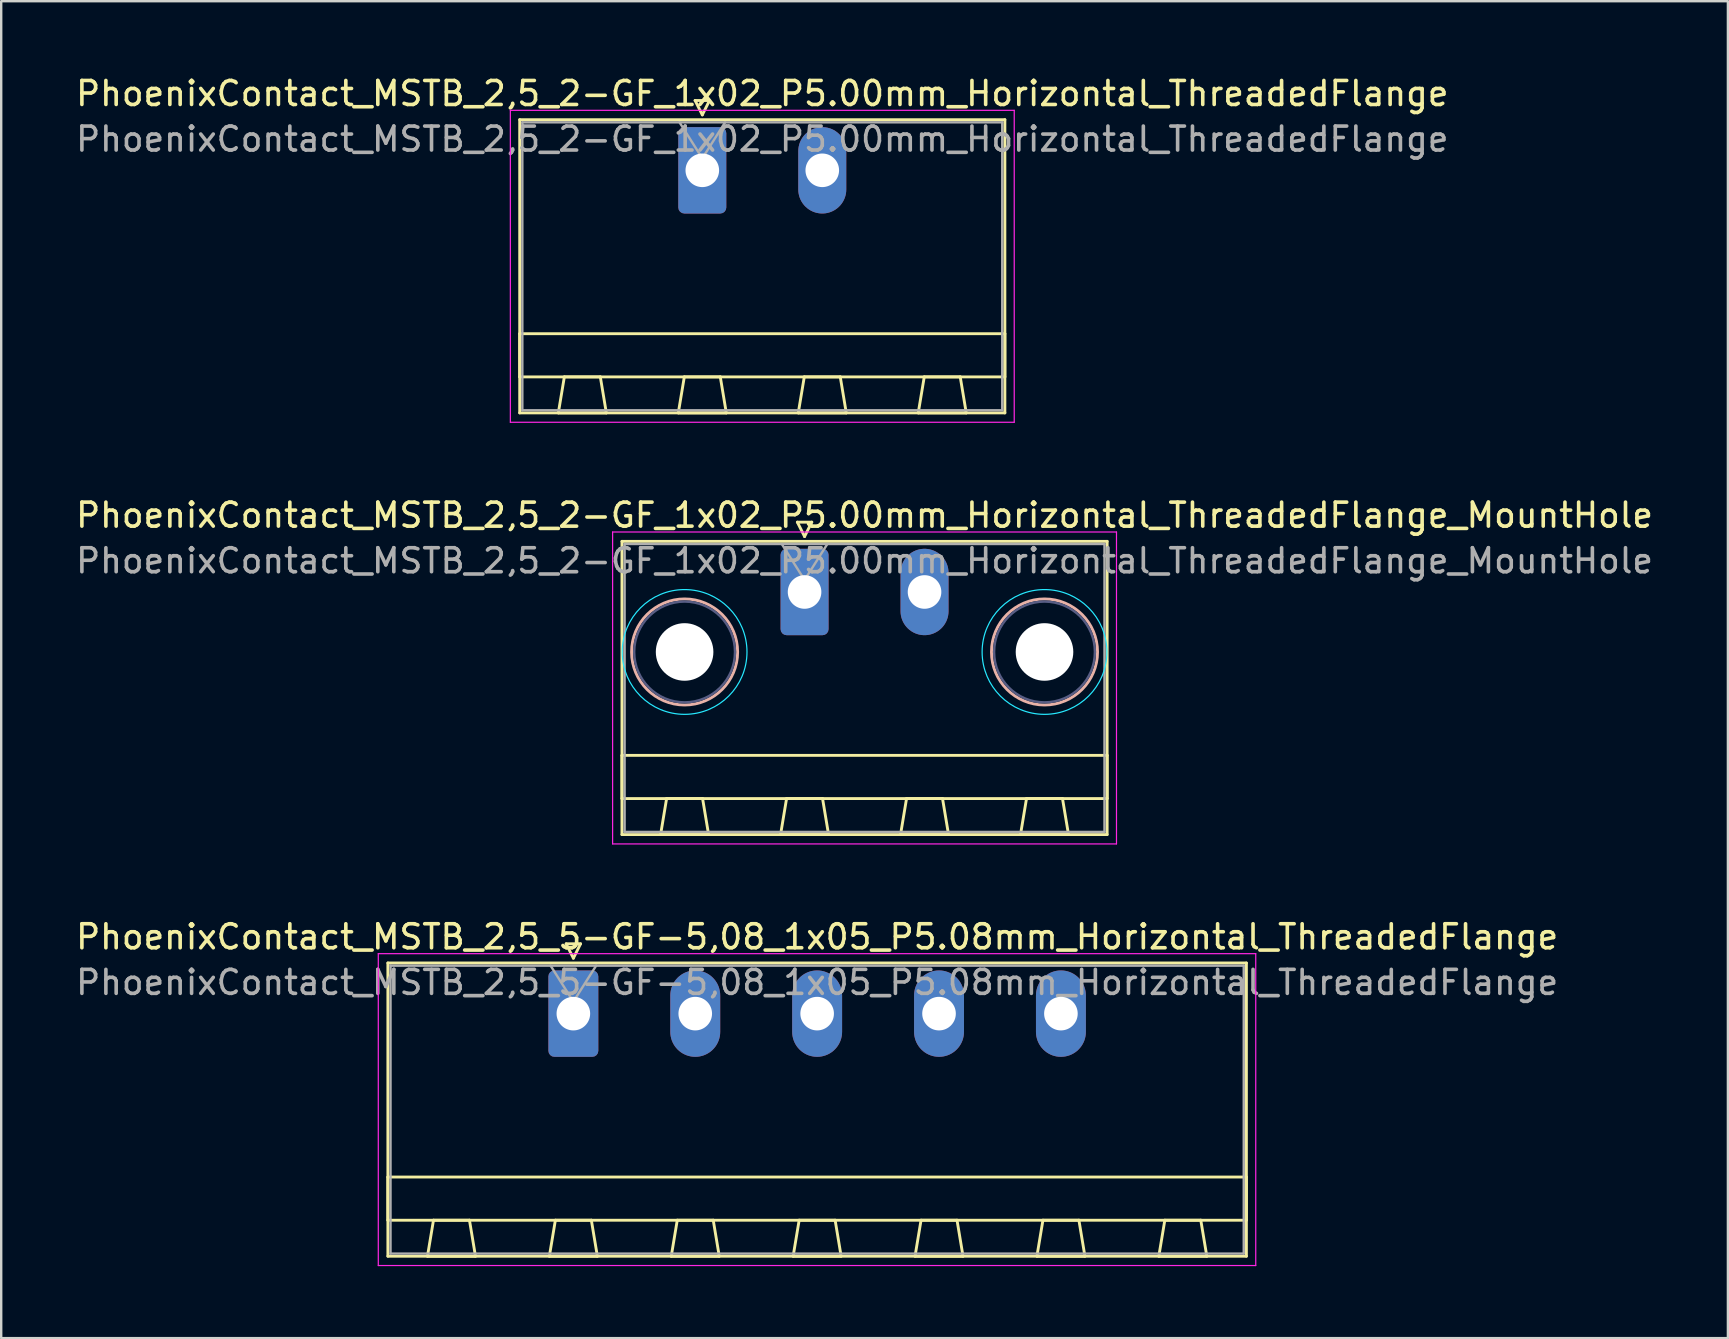
<source format=kicad_pcb>
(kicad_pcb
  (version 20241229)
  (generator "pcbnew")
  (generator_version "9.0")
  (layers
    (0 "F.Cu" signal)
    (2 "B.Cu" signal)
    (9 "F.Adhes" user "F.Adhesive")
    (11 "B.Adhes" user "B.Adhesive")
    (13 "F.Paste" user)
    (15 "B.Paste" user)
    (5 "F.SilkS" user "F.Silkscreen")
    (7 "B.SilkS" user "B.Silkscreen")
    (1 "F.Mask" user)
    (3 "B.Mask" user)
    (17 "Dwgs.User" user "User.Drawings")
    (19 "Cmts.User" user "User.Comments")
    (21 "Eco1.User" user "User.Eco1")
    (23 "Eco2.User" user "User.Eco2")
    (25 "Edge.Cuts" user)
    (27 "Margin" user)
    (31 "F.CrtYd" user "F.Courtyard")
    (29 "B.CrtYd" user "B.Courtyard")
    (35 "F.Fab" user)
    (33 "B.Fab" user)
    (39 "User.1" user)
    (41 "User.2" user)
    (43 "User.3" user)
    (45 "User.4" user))
  (footprint "PhoenixContact_MSTB_2,5_2-GF_1x02_P5.00mm_Horizontal_ThreadedFlange_MountHole"
    (layer "F.Cu")
    (at 30.482 21.622)
    (property "Reference" "PhoenixContact_MSTB_2,5_2-GF_1x02_P5.00mm_Horizontal_ThreadedFlange_MountHole" (at 2.5 -3.2 0) (layer "F.SilkS") (effects (font (size 1 1) (thickness 0.15))))
    (attr through_hole)
    (fp_line (start -7.61 -2.11) (end -7.61 10.11) (stroke (width 0.12) (type solid)) (layer "F.SilkS"))
    (fp_line (start -7.61 6.81) (end 12.61 6.81) (stroke (width 0.12) (type solid)) (layer "F.SilkS"))
    (fp_line (start -7.61 8.61) (end -7.61 6.81) (stroke (width 0.12) (type solid)) (layer "F.SilkS"))
    (fp_line (start -7.61 10.11) (end 12.61 10.11) (stroke (width 0.12) (type solid)) (layer "F.SilkS"))
    (fp_line (start -6 10.11) (end -4 10.11) (stroke (width 0.12) (type solid)) (layer "F.SilkS"))
    (fp_line (start -5.75 8.61) (end -6 10.11) (stroke (width 0.12) (type solid)) (layer "F.SilkS"))
    (fp_line (start -4.25 8.61) (end -5.75 8.61) (stroke (width 0.12) (type solid)) (layer "F.SilkS"))
    (fp_line (start -4 10.11) (end -4.25 8.61) (stroke (width 0.12) (type solid)) (layer "F.SilkS"))
    (fp_line (start -1 10.11) (end 1 10.11) (stroke (width 0.12) (type solid)) (layer "F.SilkS"))
    (fp_line (start -0.75 8.61) (end -1 10.11) (stroke (width 0.12) (type solid)) (layer "F.SilkS"))
    (fp_line (start -0.3 -2.91) (end 0.3 -2.91) (stroke (width 0.12) (type solid)) (layer "F.SilkS"))
    (fp_line (start 0 -2.31) (end -0.3 -2.91) (stroke (width 0.12) (type solid)) (layer "F.SilkS"))
    (fp_line (start 0.3 -2.91) (end 0 -2.31) (stroke (width 0.12) (type solid)) (layer "F.SilkS"))
    (fp_line (start 0.75 8.61) (end -0.75 8.61) (stroke (width 0.12) (type solid)) (layer "F.SilkS"))
    (fp_line (start 1 10.11) (end 0.75 8.61) (stroke (width 0.12) (type solid)) (layer "F.SilkS"))
    (fp_line (start 4 10.11) (end 6 10.11) (stroke (width 0.12) (type solid)) (layer "F.SilkS"))
    (fp_line (start 4.25 8.61) (end 4 10.11) (stroke (width 0.12) (type solid)) (layer "F.SilkS"))
    (fp_line (start 5.75 8.61) (end 4.25 8.61) (stroke (width 0.12) (type solid)) (layer "F.SilkS"))
    (fp_line (start 6 10.11) (end 5.75 8.61) (stroke (width 0.12) (type solid)) (layer "F.SilkS"))
    (fp_line (start 9 10.11) (end 11 10.11) (stroke (width 0.12) (type solid)) (layer "F.SilkS"))
    (fp_line (start 9.25 8.61) (end 9 10.11) (stroke (width 0.12) (type solid)) (layer "F.SilkS"))
    (fp_line (start 10.75 8.61) (end 9.25 8.61) (stroke (width 0.12) (type solid)) (layer "F.SilkS"))
    (fp_line (start 11 10.11) (end 10.75 8.61) (stroke (width 0.12) (type solid)) (layer "F.SilkS"))
    (fp_line (start 12.61 -2.11) (end -7.61 -2.11) (stroke (width 0.12) (type solid)) (layer "F.SilkS"))
    (fp_line (start 12.61 6.81) (end 12.61 8.61) (stroke (width 0.12) (type solid)) (layer "F.SilkS"))
    (fp_line (start 12.61 8.61) (end -7.61 8.61) (stroke (width 0.12) (type solid)) (layer "F.SilkS"))
    (fp_line (start 12.61 10.11) (end 12.61 -2.11) (stroke (width 0.12) (type solid)) (layer "F.SilkS"))
    (fp_circle (center -5 2.5) (end -2.79 2.5) (stroke (width 0.12) (type solid)) (fill no) (layer "B.SilkS"))
    (fp_circle (center 10 2.5) (end 12.21 2.5) (stroke (width 0.12) (type solid)) (fill no) (layer "B.SilkS"))
    (fp_circle (center -5 2.5) (end -2.4 2.5) (stroke (width 0.05) (type solid)) (fill no) (layer "B.CrtYd"))
    (fp_circle (center 10 2.5) (end 12.6 2.5) (stroke (width 0.05) (type solid)) (fill no) (layer "B.CrtYd"))
    (fp_line (start -8 -2.5) (end -8 10.5) (stroke (width 0.05) (type solid)) (layer "F.CrtYd"))
    (fp_line (start -8 10.5) (end 13 10.5) (stroke (width 0.05) (type solid)) (layer "F.CrtYd"))
    (fp_line (start 13 -2.5) (end -8 -2.5) (stroke (width 0.05) (type solid)) (layer "F.CrtYd"))
    (fp_line (start 13 10.5) (end 13 -2.5) (stroke (width 0.05) (type solid)) (layer "F.CrtYd"))
    (fp_circle (center -5 2.5) (end -2.9 2.5) (stroke (width 0.1) (type solid)) (fill no) (layer "B.Fab"))
    (fp_circle (center 10 2.5) (end 12.1 2.5) (stroke (width 0.1) (type solid)) (fill no) (layer "B.Fab"))
    (fp_line (start -7.5 -2) (end -7.5 10) (stroke (width 0.1) (type solid)) (layer "F.Fab"))
    (fp_line (start -7.5 10) (end 12.5 10) (stroke (width 0.1) (type solid)) (layer "F.Fab"))
    (fp_line (start 0 -0.5) (end -0.95 -2) (stroke (width 0.1) (type solid)) (layer "F.Fab"))
    (fp_line (start 0.95 -2) (end 0 -0.5) (stroke (width 0.1) (type solid)) (layer "F.Fab"))
    (fp_line (start 12.5 -2) (end -7.5 -2) (stroke (width 0.1) (type solid)) (layer "F.Fab"))
    (fp_line (start 12.5 10) (end 12.5 -2) (stroke (width 0.1) (type solid)) (layer "F.Fab"))
    (fp_text user "${REFERENCE}" (at 2.5 -1.3 0) (layer "F.Fab") (effects (font (size 1 1) (thickness 0.15))))
    (pad "" np_thru_hole circle (at -5 2.5) (size 2.4 2.4) (drill 2.4) (layers "*.Cu" "*.Mask"))
    (pad "" np_thru_hole circle (at 10 2.5) (size 2.4 2.4) (drill 2.4) (layers "*.Cu" "*.Mask"))
    (pad "1" thru_hole roundrect (at 0 0) (size 2 3.6) (drill 1.4) (layers "*.Cu" "*.Mask") (roundrect_rratio 0.125))
    (pad "2" thru_hole oval (at 5 0) (size 2 3.6) (drill 1.4) (layers "*.Cu" "*.Mask")))
  (footprint "PhoenixContact_MSTB_2,5_2-GF_1x02_P5.00mm_Horizontal_ThreadedFlange"
    (layer "F.Cu")
    (at 26.22 4.048)
    (property "Reference" "PhoenixContact_MSTB_2,5_2-GF_1x02_P5.00mm_Horizontal_ThreadedFlange" (at 2.5 -3.2 0) (layer "F.SilkS") (effects (font (size 1 1) (thickness 0.15))))
    (attr through_hole)
    (fp_line (start -7.61 -2.11) (end -7.61 10.11) (stroke (width 0.12) (type solid)) (layer "F.SilkS"))
    (fp_line (start -7.61 6.81) (end 12.61 6.81) (stroke (width 0.12) (type solid)) (layer "F.SilkS"))
    (fp_line (start -7.61 8.61) (end -7.61 6.81) (stroke (width 0.12) (type solid)) (layer "F.SilkS"))
    (fp_line (start -7.61 10.11) (end 12.61 10.11) (stroke (width 0.12) (type solid)) (layer "F.SilkS"))
    (fp_line (start -6 10.11) (end -4 10.11) (stroke (width 0.12) (type solid)) (layer "F.SilkS"))
    (fp_line (start -5.75 8.61) (end -6 10.11) (stroke (width 0.12) (type solid)) (layer "F.SilkS"))
    (fp_line (start -4.25 8.61) (end -5.75 8.61) (stroke (width 0.12) (type solid)) (layer "F.SilkS"))
    (fp_line (start -4 10.11) (end -4.25 8.61) (stroke (width 0.12) (type solid)) (layer "F.SilkS"))
    (fp_line (start -1 10.11) (end 1 10.11) (stroke (width 0.12) (type solid)) (layer "F.SilkS"))
    (fp_line (start -0.75 8.61) (end -1 10.11) (stroke (width 0.12) (type solid)) (layer "F.SilkS"))
    (fp_line (start -0.3 -2.91) (end 0.3 -2.91) (stroke (width 0.12) (type solid)) (layer "F.SilkS"))
    (fp_line (start 0 -2.31) (end -0.3 -2.91) (stroke (width 0.12) (type solid)) (layer "F.SilkS"))
    (fp_line (start 0.3 -2.91) (end 0 -2.31) (stroke (width 0.12) (type solid)) (layer "F.SilkS"))
    (fp_line (start 0.75 8.61) (end -0.75 8.61) (stroke (width 0.12) (type solid)) (layer "F.SilkS"))
    (fp_line (start 1 10.11) (end 0.75 8.61) (stroke (width 0.12) (type solid)) (layer "F.SilkS"))
    (fp_line (start 4 10.11) (end 6 10.11) (stroke (width 0.12) (type solid)) (layer "F.SilkS"))
    (fp_line (start 4.25 8.61) (end 4 10.11) (stroke (width 0.12) (type solid)) (layer "F.SilkS"))
    (fp_line (start 5.75 8.61) (end 4.25 8.61) (stroke (width 0.12) (type solid)) (layer "F.SilkS"))
    (fp_line (start 6 10.11) (end 5.75 8.61) (stroke (width 0.12) (type solid)) (layer "F.SilkS"))
    (fp_line (start 9 10.11) (end 11 10.11) (stroke (width 0.12) (type solid)) (layer "F.SilkS"))
    (fp_line (start 9.25 8.61) (end 9 10.11) (stroke (width 0.12) (type solid)) (layer "F.SilkS"))
    (fp_line (start 10.75 8.61) (end 9.25 8.61) (stroke (width 0.12) (type solid)) (layer "F.SilkS"))
    (fp_line (start 11 10.11) (end 10.75 8.61) (stroke (width 0.12) (type solid)) (layer "F.SilkS"))
    (fp_line (start 12.61 -2.11) (end -7.61 -2.11) (stroke (width 0.12) (type solid)) (layer "F.SilkS"))
    (fp_line (start 12.61 6.81) (end 12.61 8.61) (stroke (width 0.12) (type solid)) (layer "F.SilkS"))
    (fp_line (start 12.61 8.61) (end -7.61 8.61) (stroke (width 0.12) (type solid)) (layer "F.SilkS"))
    (fp_line (start 12.61 10.11) (end 12.61 -2.11) (stroke (width 0.12) (type solid)) (layer "F.SilkS"))
    (fp_line (start -8 -2.5) (end -8 10.5) (stroke (width 0.05) (type solid)) (layer "F.CrtYd"))
    (fp_line (start -8 10.5) (end 13 10.5) (stroke (width 0.05) (type solid)) (layer "F.CrtYd"))
    (fp_line (start 13 -2.5) (end -8 -2.5) (stroke (width 0.05) (type solid)) (layer "F.CrtYd"))
    (fp_line (start 13 10.5) (end 13 -2.5) (stroke (width 0.05) (type solid)) (layer "F.CrtYd"))
    (fp_line (start -7.5 -2) (end -7.5 10) (stroke (width 0.1) (type solid)) (layer "F.Fab"))
    (fp_line (start -7.5 10) (end 12.5 10) (stroke (width 0.1) (type solid)) (layer "F.Fab"))
    (fp_line (start 0 -0.5) (end -0.95 -2) (stroke (width 0.1) (type solid)) (layer "F.Fab"))
    (fp_line (start 0.95 -2) (end 0 -0.5) (stroke (width 0.1) (type solid)) (layer "F.Fab"))
    (fp_line (start 12.5 -2) (end -7.5 -2) (stroke (width 0.1) (type solid)) (layer "F.Fab"))
    (fp_line (start 12.5 10) (end 12.5 -2) (stroke (width 0.1) (type solid)) (layer "F.Fab"))
    (fp_text user "${REFERENCE}" (at 2.5 -1.3 0) (layer "F.Fab") (effects (font (size 1 1) (thickness 0.15))))
    (pad "1" thru_hole roundrect (at 0 0) (size 2 3.6) (drill 1.4) (layers "*.Cu" "*.Mask") (roundrect_rratio 0.125))
    (pad "2" thru_hole oval (at 5 0) (size 2 3.6) (drill 1.4) (layers "*.Cu" "*.Mask")))
  (footprint "PhoenixContact_MSTB_2,5_5-GF-5,08_1x05_P5.08mm_Horizontal_ThreadedFlange"
    (layer "F.Cu")
    (at 20.846 39.195)
    (property "Reference" "PhoenixContact_MSTB_2,5_5-GF-5,08_1x05_P5.08mm_Horizontal_ThreadedFlange" (at 10.16 -3.2 0) (layer "F.SilkS") (effects (font (size 1 1) (thickness 0.15))))
    (attr through_hole)
    (fp_line (start -7.73 -2.11) (end -7.73 10.11) (stroke (width 0.12) (type solid)) (layer "F.SilkS"))
    (fp_line (start -7.73 6.81) (end 28.05 6.81) (stroke (width 0.12) (type solid)) (layer "F.SilkS"))
    (fp_line (start -7.73 8.61) (end -7.73 6.81) (stroke (width 0.12) (type solid)) (layer "F.SilkS"))
    (fp_line (start -7.73 10.11) (end 28.05 10.11) (stroke (width 0.12) (type solid)) (layer "F.SilkS"))
    (fp_line (start -6.08 10.11) (end -4.08 10.11) (stroke (width 0.12) (type solid)) (layer "F.SilkS"))
    (fp_line (start -5.83 8.61) (end -6.08 10.11) (stroke (width 0.12) (type solid)) (layer "F.SilkS"))
    (fp_line (start -4.33 8.61) (end -5.83 8.61) (stroke (width 0.12) (type solid)) (layer "F.SilkS"))
    (fp_line (start -4.08 10.11) (end -4.33 8.61) (stroke (width 0.12) (type solid)) (layer "F.SilkS"))
    (fp_line (start -1 10.11) (end 1 10.11) (stroke (width 0.12) (type solid)) (layer "F.SilkS"))
    (fp_line (start -0.75 8.61) (end -1 10.11) (stroke (width 0.12) (type solid)) (layer "F.SilkS"))
    (fp_line (start -0.3 -2.91) (end 0.3 -2.91) (stroke (width 0.12) (type solid)) (layer "F.SilkS"))
    (fp_line (start 0 -2.31) (end -0.3 -2.91) (stroke (width 0.12) (type solid)) (layer "F.SilkS"))
    (fp_line (start 0.3 -2.91) (end 0 -2.31) (stroke (width 0.12) (type solid)) (layer "F.SilkS"))
    (fp_line (start 0.75 8.61) (end -0.75 8.61) (stroke (width 0.12) (type solid)) (layer "F.SilkS"))
    (fp_line (start 1 10.11) (end 0.75 8.61) (stroke (width 0.12) (type solid)) (layer "F.SilkS"))
    (fp_line (start 4.08 10.11) (end 6.08 10.11) (stroke (width 0.12) (type solid)) (layer "F.SilkS"))
    (fp_line (start 4.33 8.61) (end 4.08 10.11) (stroke (width 0.12) (type solid)) (layer "F.SilkS"))
    (fp_line (start 5.83 8.61) (end 4.33 8.61) (stroke (width 0.12) (type solid)) (layer "F.SilkS"))
    (fp_line (start 6.08 10.11) (end 5.83 8.61) (stroke (width 0.12) (type solid)) (layer "F.SilkS"))
    (fp_line (start 9.16 10.11) (end 11.16 10.11) (stroke (width 0.12) (type solid)) (layer "F.SilkS"))
    (fp_line (start 9.41 8.61) (end 9.16 10.11) (stroke (width 0.12) (type solid)) (layer "F.SilkS"))
    (fp_line (start 10.91 8.61) (end 9.41 8.61) (stroke (width 0.12) (type solid)) (layer "F.SilkS"))
    (fp_line (start 11.16 10.11) (end 10.91 8.61) (stroke (width 0.12) (type solid)) (layer "F.SilkS"))
    (fp_line (start 14.24 10.11) (end 16.24 10.11) (stroke (width 0.12) (type solid)) (layer "F.SilkS"))
    (fp_line (start 14.49 8.61) (end 14.24 10.11) (stroke (width 0.12) (type solid)) (layer "F.SilkS"))
    (fp_line (start 15.99 8.61) (end 14.49 8.61) (stroke (width 0.12) (type solid)) (layer "F.SilkS"))
    (fp_line (start 16.24 10.11) (end 15.99 8.61) (stroke (width 0.12) (type solid)) (layer "F.SilkS"))
    (fp_line (start 19.32 10.11) (end 21.32 10.11) (stroke (width 0.12) (type solid)) (layer "F.SilkS"))
    (fp_line (start 19.57 8.61) (end 19.32 10.11) (stroke (width 0.12) (type solid)) (layer "F.SilkS"))
    (fp_line (start 21.07 8.61) (end 19.57 8.61) (stroke (width 0.12) (type solid)) (layer "F.SilkS"))
    (fp_line (start 21.32 10.11) (end 21.07 8.61) (stroke (width 0.12) (type solid)) (layer "F.SilkS"))
    (fp_line (start 24.4 10.11) (end 26.4 10.11) (stroke (width 0.12) (type solid)) (layer "F.SilkS"))
    (fp_line (start 24.65 8.61) (end 24.4 10.11) (stroke (width 0.12) (type solid)) (layer "F.SilkS"))
    (fp_line (start 26.15 8.61) (end 24.65 8.61) (stroke (width 0.12) (type solid)) (layer "F.SilkS"))
    (fp_line (start 26.4 10.11) (end 26.15 8.61) (stroke (width 0.12) (type solid)) (layer "F.SilkS"))
    (fp_line (start 28.05 -2.11) (end -7.73 -2.11) (stroke (width 0.12) (type solid)) (layer "F.SilkS"))
    (fp_line (start 28.05 6.81) (end 28.05 8.61) (stroke (width 0.12) (type solid)) (layer "F.SilkS"))
    (fp_line (start 28.05 8.61) (end -7.73 8.61) (stroke (width 0.12) (type solid)) (layer "F.SilkS"))
    (fp_line (start 28.05 10.11) (end 28.05 -2.11) (stroke (width 0.12) (type solid)) (layer "F.SilkS"))
    (fp_line (start -8.13 -2.5) (end -8.13 10.5) (stroke (width 0.05) (type solid)) (layer "F.CrtYd"))
    (fp_line (start -8.13 10.5) (end 28.44 10.5) (stroke (width 0.05) (type solid)) (layer "F.CrtYd"))
    (fp_line (start 28.44 -2.5) (end -8.13 -2.5) (stroke (width 0.05) (type solid)) (layer "F.CrtYd"))
    (fp_line (start 28.44 10.5) (end 28.44 -2.5) (stroke (width 0.05) (type solid)) (layer "F.CrtYd"))
    (fp_line (start -7.62 -2) (end -7.62 10) (stroke (width 0.1) (type solid)) (layer "F.Fab"))
    (fp_line (start -7.62 10) (end 27.94 10) (stroke (width 0.1) (type solid)) (layer "F.Fab"))
    (fp_line (start 0 -0.5) (end -0.95 -2) (stroke (width 0.1) (type solid)) (layer "F.Fab"))
    (fp_line (start 0.95 -2) (end 0 -0.5) (stroke (width 0.1) (type solid)) (layer "F.Fab"))
    (fp_line (start 27.94 -2) (end -7.62 -2) (stroke (width 0.1) (type solid)) (layer "F.Fab"))
    (fp_line (start 27.94 10) (end 27.94 -2) (stroke (width 0.1) (type solid)) (layer "F.Fab"))
    (fp_text user "${REFERENCE}" (at 10.16 -1.3 0) (layer "F.Fab") (effects (font (size 1 1) (thickness 0.15))))
    (pad "1" thru_hole roundrect (at 0 0) (size 2.08 3.6) (drill 1.4) (layers "*.Cu" "*.Mask") (roundrect_rratio 0.12))
    (pad "2" thru_hole oval (at 5.08 0) (size 2.08 3.6) (drill 1.4) (layers "*.Cu" "*.Mask"))
    (pad "3" thru_hole oval (at 10.16 0) (size 2.08 3.6) (drill 1.4) (layers "*.Cu" "*.Mask"))
    (pad "4" thru_hole oval (at 15.24 0) (size 2.08 3.6) (drill 1.4) (layers "*.Cu" "*.Mask"))
    (pad "5" thru_hole oval (at 20.32 0) (size 2.08 3.6) (drill 1.4) (layers "*.Cu" "*.Mask")))
  (gr_rect
    (start -3 -3)
    (end 68.964 52.72)
    (stroke (width 0.1) (type default))
    (fill no)
    (layer "Edge.Cuts")))
</source>
